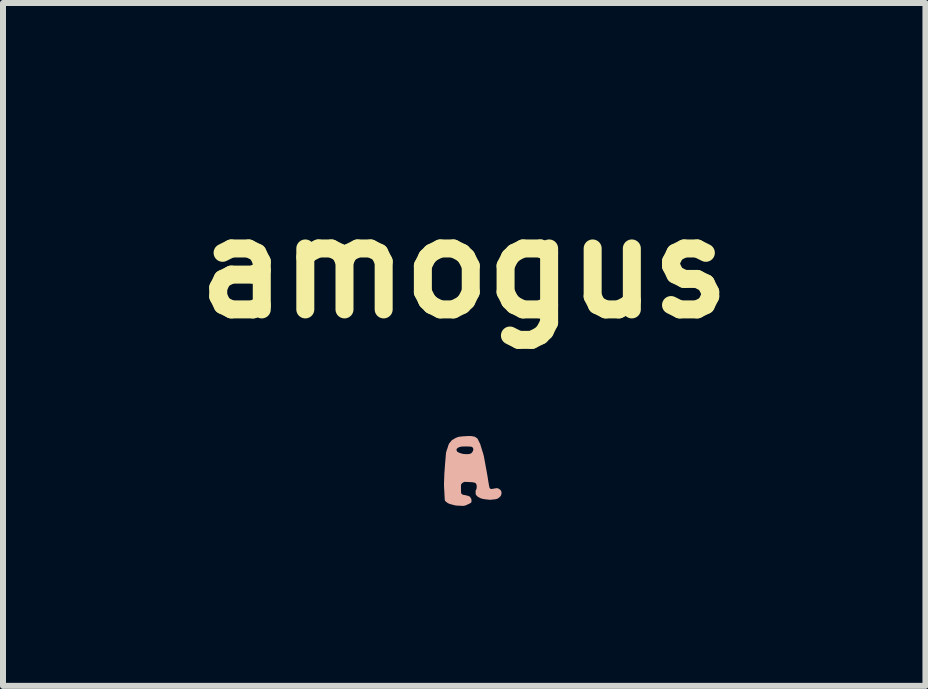
<source format=kicad_pcb>
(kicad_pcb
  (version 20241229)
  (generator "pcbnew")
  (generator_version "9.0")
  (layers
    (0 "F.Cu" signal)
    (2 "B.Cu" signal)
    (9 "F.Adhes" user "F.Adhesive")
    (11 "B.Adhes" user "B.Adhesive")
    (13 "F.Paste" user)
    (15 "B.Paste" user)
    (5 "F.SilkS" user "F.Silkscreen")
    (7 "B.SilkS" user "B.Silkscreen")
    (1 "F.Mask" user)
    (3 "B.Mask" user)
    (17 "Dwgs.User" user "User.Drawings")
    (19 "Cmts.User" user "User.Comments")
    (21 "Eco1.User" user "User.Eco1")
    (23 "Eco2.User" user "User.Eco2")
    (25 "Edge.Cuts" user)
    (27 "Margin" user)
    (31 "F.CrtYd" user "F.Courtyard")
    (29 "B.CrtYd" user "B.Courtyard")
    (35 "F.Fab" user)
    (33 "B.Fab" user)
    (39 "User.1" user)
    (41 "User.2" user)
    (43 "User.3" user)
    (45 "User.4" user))
  (footprint "amogus"
    (layer "F.Cu")
    (at 4.688 4.718)
    (property "Reference" "amogus" (at 0 -3.3 0) (layer "F.SilkS") (effects (font (size 1.524 1.524) (thickness 0.3))))
    (attr board_only exclude_from_pos_files exclude_from_bom)
    (fp_poly (pts (xy 0.085 -0.5) (xy 0.069 -0.499) (xy 0.051 -0.499) (xy 0.032 -0.498) (xy 0.014 -0.497) (xy -0.004 -0.496) (xy -0.02 -0.495) (xy -0.025 -0.494) (xy -0.039 -0.493) (xy -0.054 -0.491) (xy -0.068 -0.49) (xy -0.072 -0.49) (xy -0.095 -0.486) (xy -0.116 -0.479) (xy -0.134 -0.471) (xy -0.141 -0.468) (xy -0.147 -0.465) (xy -0.148 -0.465) (xy -0.153 -0.463) (xy -0.16 -0.458) (xy -0.166 -0.454) (xy -0.176 -0.448) (xy -0.187 -0.442) (xy -0.193 -0.439) (xy -0.201 -0.434) (xy -0.208 -0.429) (xy -0.211 -0.426) (xy -0.215 -0.42) (xy -0.22 -0.413) (xy -0.224 -0.408) (xy -0.232 -0.4) (xy -0.239 -0.391) (xy -0.243 -0.386) (xy -0.248 -0.38) (xy -0.253 -0.371) (xy -0.259 -0.36) (xy -0.263 -0.35) (xy -0.266 -0.34) (xy -0.268 -0.334) (xy -0.268 -0.333) (xy -0.269 -0.329) (xy -0.271 -0.323) (xy -0.274 -0.313) (xy -0.278 -0.302) (xy -0.278 -0.3) (xy -0.285 -0.281) (xy -0.291 -0.265) (xy -0.295 -0.252) (xy -0.298 -0.241) (xy -0.301 -0.232) (xy -0.302 -0.223) (xy -0.304 -0.214) (xy -0.305 -0.204) (xy -0.306 -0.193) (xy -0.307 -0.182) (xy -0.308 -0.165) (xy -0.31 -0.148) (xy -0.311 -0.131) (xy -0.312 -0.117) (xy -0.313 -0.109) (xy -0.316 -0.074) (xy -0.319 -0.038) (xy -0.322 -0.001) (xy -0.324 0.033) (xy -0.326 0.049) (xy -0.327 0.072) (xy -0.329 0.097) (xy -0.331 0.123) (xy -0.332 0.151) (xy -0.333 0.179) (xy -0.334 0.207) (xy -0.335 0.235) (xy -0.336 0.26) (xy -0.337 0.284) (xy -0.337 0.306) (xy -0.337 0.324) (xy -0.336 0.338) (xy -0.336 0.343) (xy -0.336 0.356) (xy -0.335 0.373) (xy -0.334 0.392) (xy -0.332 0.413) (xy -0.331 0.433) (xy -0.331 0.449) (xy -0.329 0.476) (xy -0.328 0.5) (xy -0.327 0.519) (xy -0.326 0.534) (xy -0.325 0.547) (xy -0.325 0.556) (xy -0.324 0.564) (xy -0.323 0.569) (xy -0.323 0.573) (xy -0.322 0.575) (xy -0.321 0.577) (xy -0.32 0.578) (xy -0.319 0.579) (xy -0.317 0.581) (xy -0.313 0.586) (xy -0.311 0.59) (xy -0.31 0.591) (xy -0.308 0.593) (xy -0.305 0.594) (xy -0.301 0.597) (xy -0.294 0.601) (xy -0.291 0.605) (xy -0.282 0.612) (xy -0.273 0.618) (xy -0.263 0.623) (xy -0.252 0.628) (xy -0.238 0.633) (xy -0.222 0.638) (xy -0.202 0.643) (xy -0.19 0.646) (xy -0.179 0.649) (xy -0.167 0.652) (xy -0.158 0.654) (xy -0.151 0.656) (xy -0.142 0.658) (xy -0.131 0.659) (xy -0.118 0.66) (xy -0.1 0.661) (xy -0.09 0.661) (xy -0.074 0.662) (xy -0.06 0.663) (xy -0.047 0.663) (xy -0.038 0.664) (xy -0.032 0.665) (xy -0.031 0.665) (xy -0.025 0.665) (xy -0.017 0.664) (xy -0.007 0.663) (xy -0.002 0.662) (xy 0.005 0.661) (xy 0.012 0.66) (xy 0.018 0.658) (xy 0.026 0.655) (xy 0.034 0.652) (xy 0.044 0.647) (xy 0.057 0.641) (xy 0.073 0.634) (xy 0.089 0.626) (xy 0.098 0.621) (xy 0.107 0.615) (xy 0.113 0.61) (xy 0.114 0.609) (xy 0.117 0.605) (xy 0.12 0.601) (xy 0.121 0.595) (xy 0.121 0.588) (xy 0.121 0.581) (xy 0.121 0.568) (xy 0.12 0.557) (xy 0.118 0.55) (xy 0.115 0.543) (xy 0.11 0.534) (xy 0.104 0.525) (xy 0.098 0.516) (xy 0.093 0.511) (xy 0.091 0.509) (xy 0.082 0.505) (xy 0.069 0.5) (xy 0.055 0.495) (xy 0.041 0.491) (xy 0.033 0.489) (xy 0.013 0.485) (xy -0.002 0.482) (xy -0.014 0.48) (xy -0.023 0.477) (xy -0.029 0.475) (xy -0.034 0.473) (xy -0.037 0.471) (xy -0.04 0.468) (xy -0.042 0.466) (xy -0.045 0.463) (xy -0.048 0.459) (xy -0.05 0.454) (xy -0.051 0.449) (xy -0.052 0.442) (xy -0.053 0.432) (xy -0.053 0.42) (xy -0.054 0.404) (xy -0.054 0.384) (xy -0.054 0.38) (xy -0.054 0.361) (xy -0.054 0.345) (xy -0.054 0.333) (xy -0.054 0.324) (xy -0.053 0.318) (xy -0.053 0.313) (xy -0.052 0.31) (xy -0.051 0.307) (xy -0.049 0.304) (xy -0.04 0.291) (xy -0.027 0.28) (xy -0.012 0.271) (xy -0.009 0.27) (xy 0.007 0.264) (xy 0.077 0.267) (xy 0.099 0.268) (xy 0.117 0.269) (xy 0.13 0.27) (xy 0.141 0.271) (xy 0.148 0.272) (xy 0.153 0.273) (xy 0.154 0.273) (xy 0.162 0.276) (xy 0.169 0.277) (xy 0.18 0.279) (xy 0.189 0.286) (xy 0.198 0.297) (xy 0.2 0.302) (xy 0.204 0.31) (xy 0.206 0.318) (xy 0.207 0.327) (xy 0.208 0.337) (xy 0.208 0.354) (xy 0.206 0.37) (xy 0.203 0.384) (xy 0.199 0.395) (xy 0.194 0.401) (xy 0.192 0.403) (xy 0.191 0.406) (xy 0.19 0.411) (xy 0.19 0.418) (xy 0.19 0.429) (xy 0.19 0.437) (xy 0.19 0.451) (xy 0.19 0.461) (xy 0.191 0.468) (xy 0.193 0.474) (xy 0.194 0.476) (xy 0.197 0.481) (xy 0.202 0.487) (xy 0.208 0.494) (xy 0.215 0.502) (xy 0.222 0.508) (xy 0.227 0.513) (xy 0.23 0.515) (xy 0.23 0.515) (xy 0.234 0.516) (xy 0.239 0.519) (xy 0.247 0.523) (xy 0.249 0.524) (xy 0.26 0.531) (xy 0.271 0.536) (xy 0.282 0.54) (xy 0.293 0.544) (xy 0.306 0.547) (xy 0.321 0.55) (xy 0.339 0.553) (xy 0.361 0.556) (xy 0.367 0.556) (xy 0.388 0.559) (xy 0.406 0.561) (xy 0.419 0.562) (xy 0.43 0.562) (xy 0.439 0.563) (xy 0.445 0.562) (xy 0.446 0.562) (xy 0.454 0.561) (xy 0.466 0.56) (xy 0.479 0.558) (xy 0.494 0.557) (xy 0.497 0.556) (xy 0.518 0.554) (xy 0.534 0.551) (xy 0.548 0.547) (xy 0.56 0.541) (xy 0.571 0.534) (xy 0.583 0.525) (xy 0.59 0.518) (xy 0.599 0.509) (xy 0.606 0.501) (xy 0.61 0.495) (xy 0.613 0.488) (xy 0.615 0.484) (xy 0.619 0.47) (xy 0.621 0.456) (xy 0.622 0.443) (xy 0.62 0.431) (xy 0.618 0.426) (xy 0.615 0.418) (xy 0.613 0.412) (xy 0.613 0.411) (xy 0.61 0.407) (xy 0.605 0.401) (xy 0.601 0.397) (xy 0.593 0.391) (xy 0.586 0.385) (xy 0.583 0.383) (xy 0.576 0.378) (xy 0.569 0.375) (xy 0.568 0.375) (xy 0.561 0.373) (xy 0.553 0.37) (xy 0.553 0.37) (xy 0.549 0.369) (xy 0.545 0.369) (xy 0.54 0.369) (xy 0.532 0.37) (xy 0.522 0.372) (xy 0.508 0.374) (xy 0.502 0.375) (xy 0.488 0.378) (xy 0.475 0.38) (xy 0.464 0.382) (xy 0.455 0.383) (xy 0.451 0.383) (xy 0.441 0.381) (xy 0.432 0.375) (xy 0.424 0.367) (xy 0.423 0.364) (xy 0.421 0.359) (xy 0.419 0.351) (xy 0.417 0.339) (xy 0.414 0.326) (xy 0.411 0.31) (xy 0.41 0.306) (xy 0.4 0.247) (xy 0.391 0.188) (xy 0.381 0.13) (xy 0.371 0.074) (xy 0.361 0.021) (xy 0.352 -0.03) (xy 0.343 -0.077) (xy 0.335 -0.121) (xy 0.328 -0.161) (xy 0.326 -0.166) (xy 0.324 -0.176) (xy 0.321 -0.187) (xy 0.319 -0.195) (xy 0.312 -0.22) (xy 0.304 -0.244) (xy 0.297 -0.267) (xy 0.296 -0.27) (xy 0.293 -0.278) (xy 0.152 -0.278) (xy 0.15 -0.265) (xy 0.145 -0.25) (xy 0.137 -0.236) (xy 0.128 -0.224) (xy 0.117 -0.214) (xy 0.111 -0.209) (xy 0.097 -0.204) (xy 0.08 -0.2) (xy 0.059 -0.198) (xy 0.035 -0.198) (xy 0.007 -0.199) (xy 0.003 -0.2) (xy -0.011 -0.201) (xy -0.023 -0.203) (xy -0.033 -0.205) (xy -0.038 -0.207) (xy -0.045 -0.209) (xy -0.051 -0.211) (xy -0.053 -0.211) (xy -0.058 -0.212) (xy -0.066 -0.215) (xy -0.075 -0.218) (xy -0.085 -0.223) (xy -0.095 -0.227) (xy -0.104 -0.231) (xy -0.109 -0.234) (xy -0.119 -0.244) (xy -0.125 -0.255) (xy -0.128 -0.266) (xy -0.128 -0.278) (xy -0.124 -0.286) (xy -0.12 -0.291) (xy -0.113 -0.297) (xy -0.105 -0.303) (xy -0.097 -0.308) (xy -0.09 -0.312) (xy -0.086 -0.313) (xy -0.081 -0.314) (xy -0.075 -0.317) (xy -0.074 -0.317) (xy -0.067 -0.32) (xy -0.055 -0.322) (xy -0.04 -0.324) (xy -0.021 -0.325) (xy -0.000158 -0.326) (xy 0.023 -0.326) (xy 0.049 -0.326) (xy 0.055 -0.326) (xy 0.071 -0.325) (xy 0.086 -0.325) (xy 0.099 -0.324) (xy 0.109 -0.323) (xy 0.115 -0.322) (xy 0.117 -0.322) (xy 0.131 -0.316) (xy 0.142 -0.307) (xy 0.149 -0.295) (xy 0.152 -0.281) (xy 0.152 -0.278) (xy 0.293 -0.278) (xy 0.292 -0.282) (xy 0.288 -0.297) (xy 0.284 -0.31) (xy 0.283 -0.311) (xy 0.28 -0.322) (xy 0.276 -0.333) (xy 0.274 -0.341) (xy 0.273 -0.343) (xy 0.271 -0.35) (xy 0.27 -0.356) (xy 0.27 -0.357) (xy 0.269 -0.361) (xy 0.266 -0.367) (xy 0.262 -0.376) (xy 0.256 -0.387) (xy 0.253 -0.393) (xy 0.247 -0.406) (xy 0.24 -0.419) (xy 0.234 -0.431) (xy 0.229 -0.441) (xy 0.228 -0.443) (xy 0.224 -0.452) (xy 0.22 -0.458) (xy 0.216 -0.463) (xy 0.209 -0.467) (xy 0.203 -0.471) (xy 0.194 -0.476) (xy 0.187 -0.481) (xy 0.182 -0.484) (xy 0.181 -0.485) (xy 0.179 -0.486) (xy 0.175 -0.488) (xy 0.17 -0.49) (xy 0.162 -0.491) (xy 0.151 -0.493) (xy 0.137 -0.496) (xy 0.118 -0.499) (xy 0.118 -0.499) (xy 0.11 -0.499) (xy 0.099 -0.5)) (stroke (width 0) (type solid)) (fill yes) (layer "B.SilkS")))
  (gr_rect
    (start -3 -3)
    (end 12.376 8.383)
    (stroke (width 0.1) (type default))
    (fill no)
    (layer "Edge.Cuts")))
</source>
